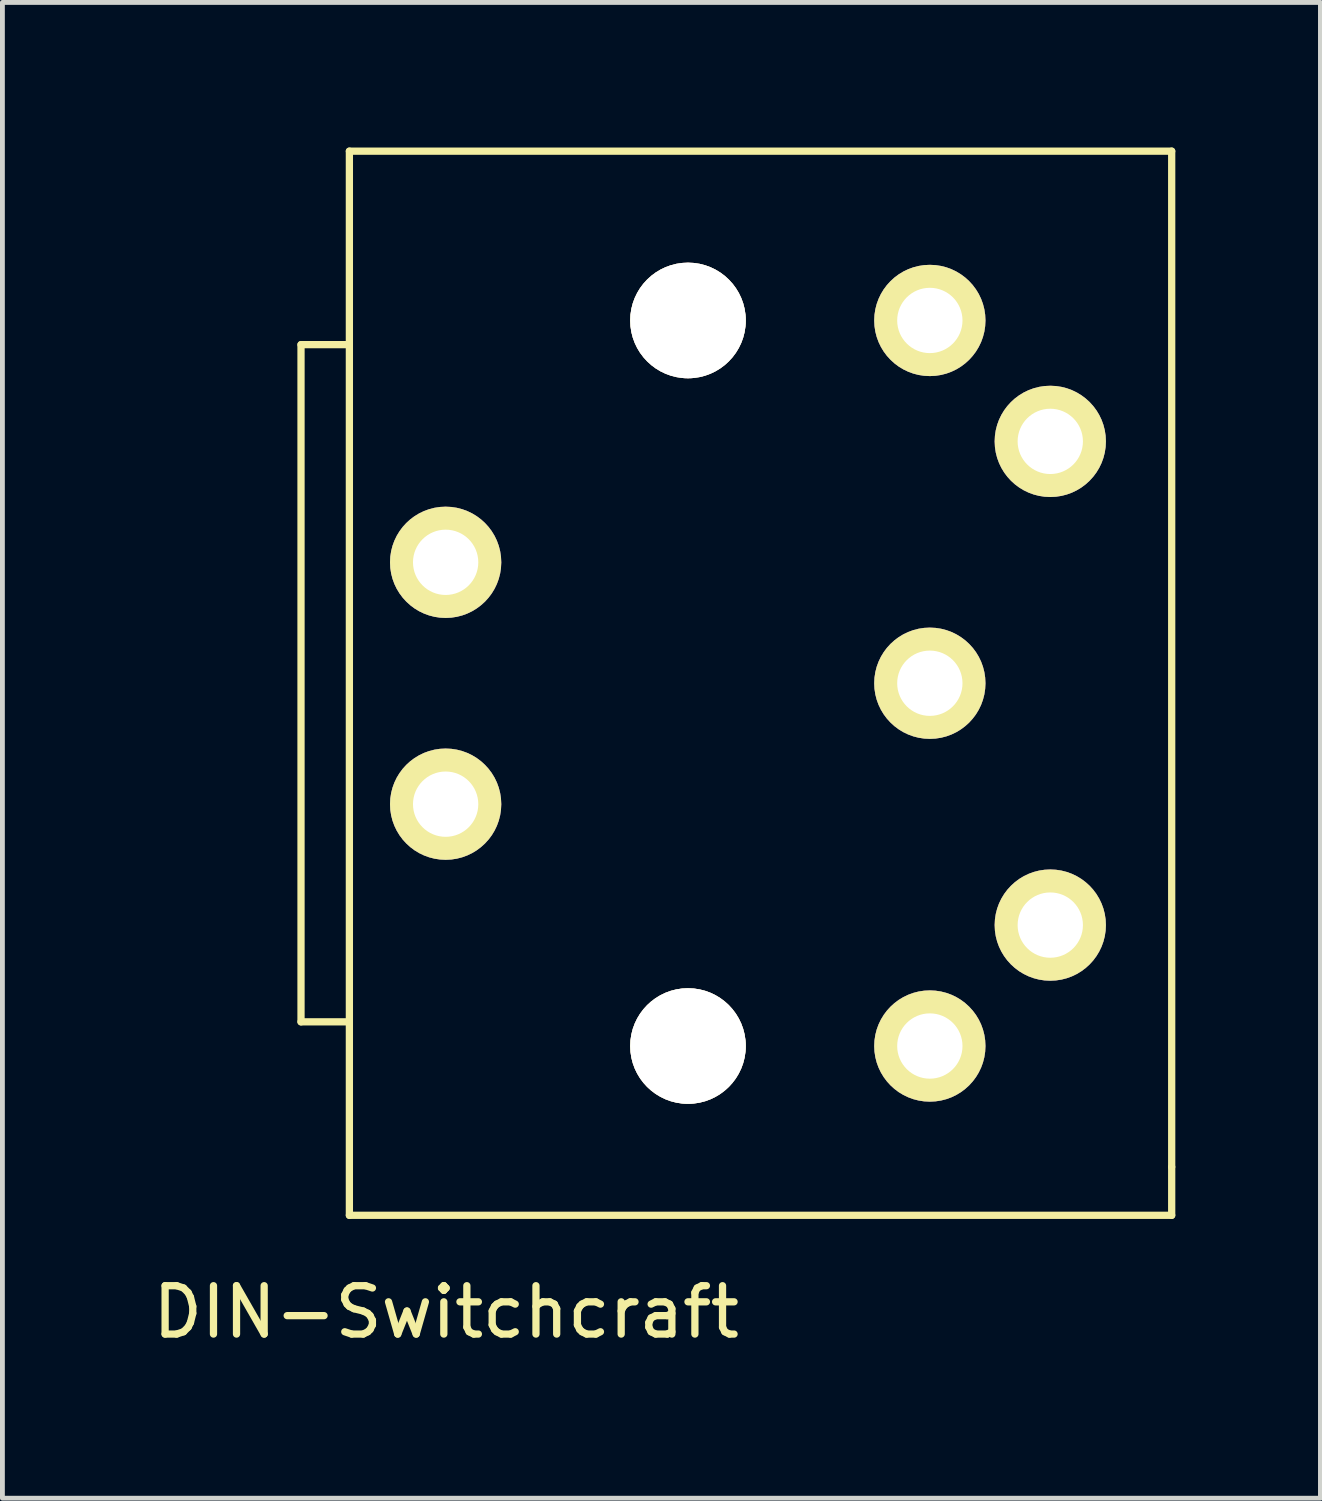
<source format=kicad_pcb>
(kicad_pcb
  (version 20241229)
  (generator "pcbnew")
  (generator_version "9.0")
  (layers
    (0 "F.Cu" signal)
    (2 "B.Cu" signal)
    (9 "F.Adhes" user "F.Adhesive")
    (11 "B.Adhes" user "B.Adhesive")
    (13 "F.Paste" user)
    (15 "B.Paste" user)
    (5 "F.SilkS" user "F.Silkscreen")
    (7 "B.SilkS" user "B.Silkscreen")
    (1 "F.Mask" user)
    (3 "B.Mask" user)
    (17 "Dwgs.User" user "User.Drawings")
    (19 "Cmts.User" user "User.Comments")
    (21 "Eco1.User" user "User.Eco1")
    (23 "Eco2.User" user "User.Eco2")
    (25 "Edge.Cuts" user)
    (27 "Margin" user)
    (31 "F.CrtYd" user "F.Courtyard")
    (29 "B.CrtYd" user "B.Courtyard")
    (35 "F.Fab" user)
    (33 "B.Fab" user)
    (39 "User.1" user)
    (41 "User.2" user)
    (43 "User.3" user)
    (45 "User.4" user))
  (footprint "DIN-Switchcraft"
    (layer "F.Cu")
    (at 16.173 11.075)
    (property "Reference" "DIN-Switchcraft" (at -10 13 0) (layer "F.SilkS") (effects (font (size 1 1) (thickness 0.15))))
    (attr through_hole)
    (fp_line (start -13 -7) (end -13 7) (stroke (width 0.15) (type solid)) (layer "F.SilkS"))
    (fp_line (start -13 -7) (end -12 -7) (stroke (width 0.15) (type solid)) (layer "F.SilkS"))
    (fp_line (start -13 7) (end -12 7) (stroke (width 0.15) (type solid)) (layer "F.SilkS"))
    (fp_line (start -12 -11) (end 5 -11) (stroke (width 0.15) (type solid)) (layer "F.SilkS"))
    (fp_line (start -12 11) (end -12 -11) (stroke (width 0.15) (type solid)) (layer "F.SilkS"))
    (fp_line (start 5 -11) (end 5 10) (stroke (width 0.15) (type solid)) (layer "F.SilkS"))
    (fp_line (start 5 10) (end 5 11) (stroke (width 0.15) (type solid)) (layer "F.SilkS"))
    (fp_line (start 5 11) (end -12 11) (stroke (width 0.15) (type solid)) (layer "F.SilkS"))
    (pad "1" thru_hole circle (at 0 7.5) (size 2.3 2.3) (drill 1.35) (layers "*.Cu" "*.Mask" "F.SilkS"))
    (pad "2" thru_hole circle (at 0 0) (size 2.3 2.3) (drill 1.35) (layers "*.Cu" "*.Mask" "F.SilkS"))
    (pad "3" thru_hole circle (at 0 -7.5) (size 2.3 2.3) (drill 1.35) (layers "*.Cu" "*.Mask" "F.SilkS"))
    (pad "4" thru_hole circle (at 2.49 5) (size 2.3 2.3) (drill 1.35) (layers "*.Cu" "*.Mask" "F.SilkS"))
    (pad "5" thru_hole circle (at 2.49 -5) (size 2.3 2.3) (drill 1.35) (layers "*.Cu" "*.Mask" "F.SilkS"))
    (pad "GND" thru_hole circle (at -10.01 -2.5) (size 2.3 2.3) (drill 1.35) (layers "*.Cu" "*.Mask" "F.SilkS"))
    (pad "GND" thru_hole circle (at -10.01 2.5) (size 2.3 2.3) (drill 1.35) (layers "*.Cu" "*.Mask" "F.SilkS"))
    (pad "H1" thru_hole circle (at -5 -7.5) (size 2.39 2.39) (drill 2.39) (layers "*.Cu" "*.Mask" "F.SilkS"))
    (pad "H2" thru_hole circle (at -5 7.5) (size 2.39 2.39) (drill 2.39) (layers "*.Cu" "*.Mask" "F.SilkS")))
  (gr_rect
    (start -3 -3)
    (end 24.248 27.923)
    (stroke (width 0.1) (type default))
    (fill no)
    (layer "Edge.Cuts")))
</source>
